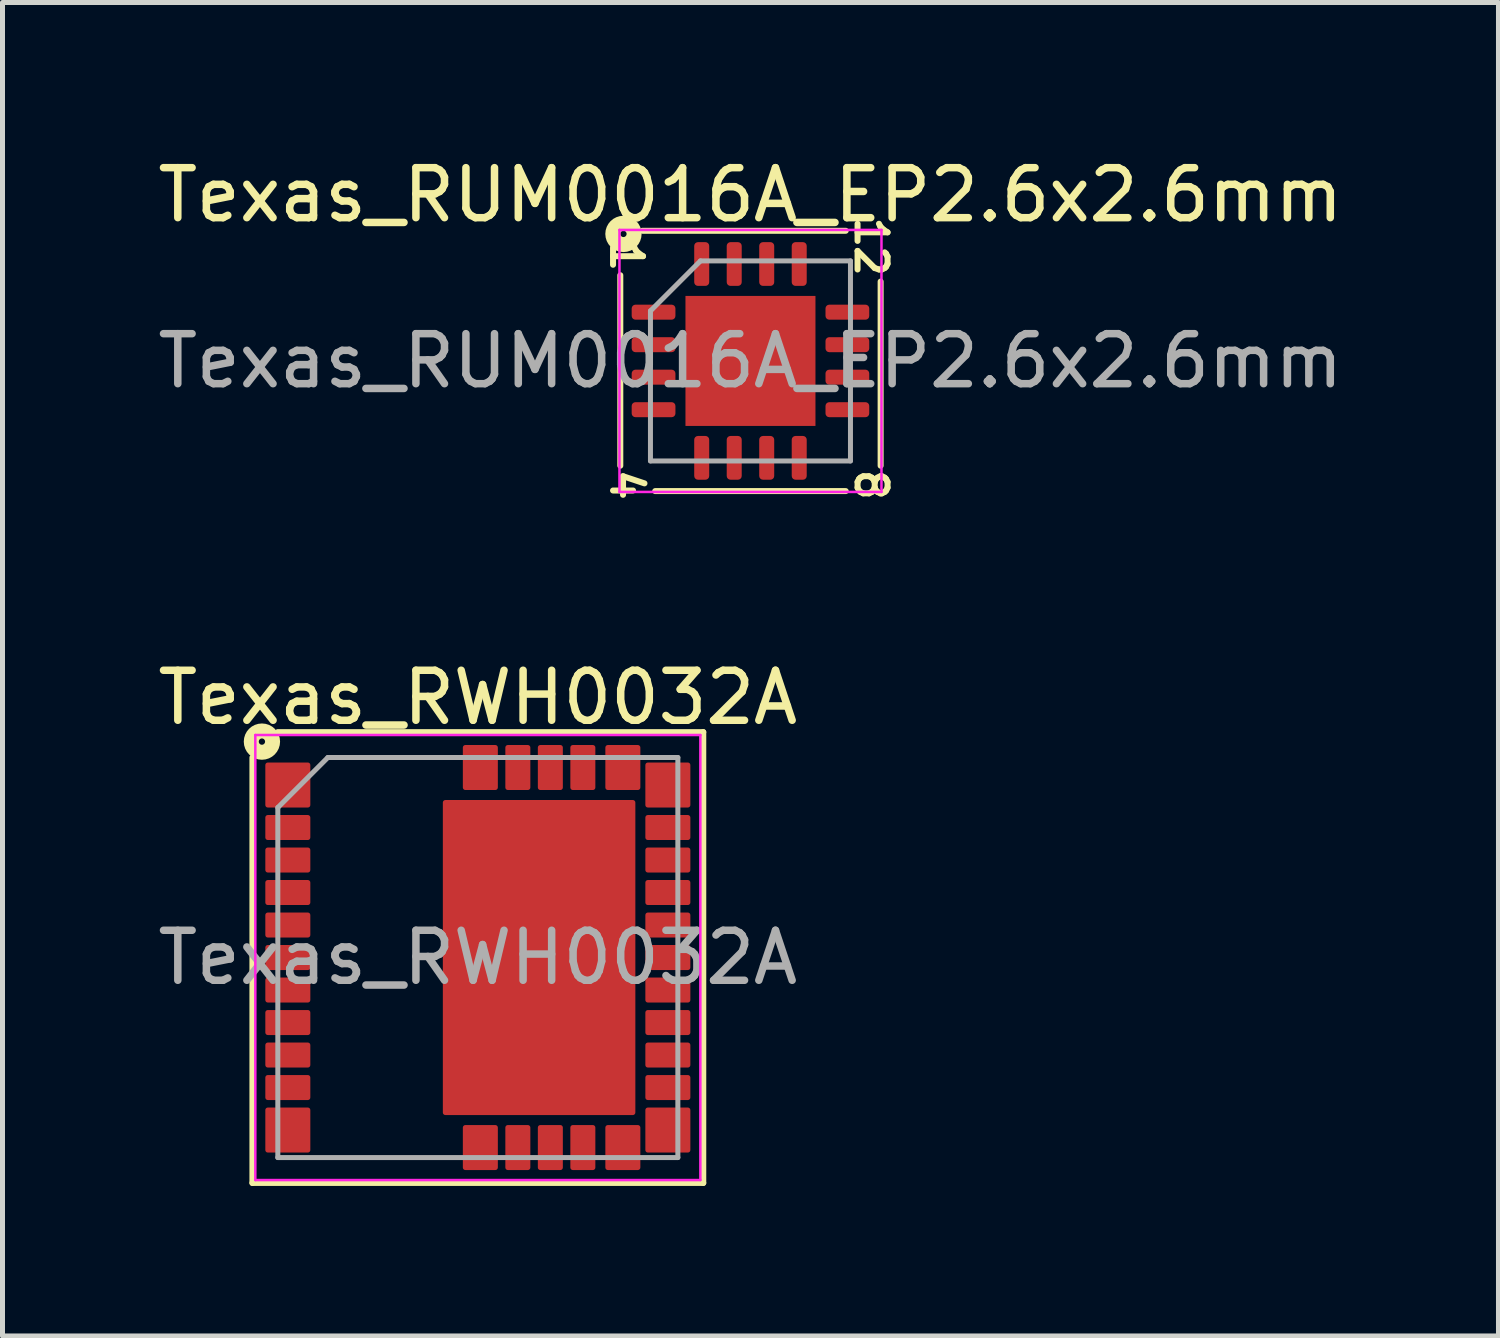
<source format=kicad_pcb>
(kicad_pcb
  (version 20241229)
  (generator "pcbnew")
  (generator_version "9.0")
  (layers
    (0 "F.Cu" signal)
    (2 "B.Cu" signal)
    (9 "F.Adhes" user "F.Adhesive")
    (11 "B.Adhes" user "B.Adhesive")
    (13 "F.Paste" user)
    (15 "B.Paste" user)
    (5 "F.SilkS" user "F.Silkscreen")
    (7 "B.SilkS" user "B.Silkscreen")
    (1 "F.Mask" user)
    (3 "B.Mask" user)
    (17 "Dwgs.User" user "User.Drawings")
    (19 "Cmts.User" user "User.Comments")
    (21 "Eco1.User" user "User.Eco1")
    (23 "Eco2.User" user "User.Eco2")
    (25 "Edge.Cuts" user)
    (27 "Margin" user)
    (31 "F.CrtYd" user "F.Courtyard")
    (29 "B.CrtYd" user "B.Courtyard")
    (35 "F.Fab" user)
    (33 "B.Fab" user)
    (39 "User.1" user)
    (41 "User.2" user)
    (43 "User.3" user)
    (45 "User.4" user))
  (footprint "Texas_RWH0032A"
    (layer "F.Cu")
    (at 6.506 16.099)
    (property "Reference" "Texas_RWH0032A" (at 0 -5.2 0) (layer "F.SilkS") (effects (font (size 1 1) (thickness 0.15))))
    (attr smd)
    (fp_line (start -4.508 -4) (end -4.508 4.508) (stroke (width 0.12) (type solid)) (layer "F.SilkS"))
    (fp_line (start -4.508 4.508) (end 4.508 4.508) (stroke (width 0.12) (type solid)) (layer "F.SilkS"))
    (fp_line (start 4.508 -4.508) (end -4 -4.508) (stroke (width 0.12) (type solid)) (layer "F.SilkS"))
    (fp_line (start 4.508 4.508) (end 4.508 -4.508) (stroke (width 0.12) (type solid)) (layer "F.SilkS"))
    (fp_circle (center -4.318 -4.318) (end -4.255 -4.318) (stroke (width 0.3) (type solid)) (fill no) (layer "F.SilkS"))
    (fp_line (start -4.45 -4.45) (end 4.45 -4.45) (stroke (width 0.05) (type solid)) (layer "F.CrtYd"))
    (fp_line (start -4.45 4.45) (end -4.45 -4.45) (stroke (width 0.05) (type solid)) (layer "F.CrtYd"))
    (fp_line (start 4.45 -4.45) (end 4.45 4.45) (stroke (width 0.05) (type solid)) (layer "F.CrtYd"))
    (fp_line (start 4.45 4.45) (end -4.45 4.45) (stroke (width 0.05) (type solid)) (layer "F.CrtYd"))
    (fp_line (start -4 4) (end -4 -3) (stroke (width 0.1) (type solid)) (layer "F.Fab"))
    (fp_line (start -3 -4) (end -4 -3) (stroke (width 0.1) (type solid)) (layer "F.Fab"))
    (fp_line (start -3 -4) (end 4 -4) (stroke (width 0.1) (type solid)) (layer "F.Fab"))
    (fp_line (start 4 -4) (end 4 4) (stroke (width 0.1) (type solid)) (layer "F.Fab"))
    (fp_line (start 4 4) (end -4 4) (stroke (width 0.1) (type solid)) (layer "F.Fab"))
    (fp_text user "${REFERENCE}" (at 0 0 0) (layer "F.Fab") (effects (font (size 1 1) (thickness 0.15))))
    (pad "" smd roundrect (at -3.8 -2.6) (size 0.76 0.4) (layers "F.Paste") (roundrect_rratio 0.125))
    (pad "" smd roundrect (at -3.8 -1.95) (size 0.76 0.4) (layers "F.Paste") (roundrect_rratio 0.125))
    (pad "" smd roundrect (at -3.8 -1.3) (size 0.76 0.4) (layers "F.Paste") (roundrect_rratio 0.125))
    (pad "" smd roundrect (at -3.8 -0.65) (size 0.76 0.4) (layers "F.Paste") (roundrect_rratio 0.125))
    (pad "" smd roundrect (at -3.8 0) (size 0.76 0.4) (layers "F.Paste") (roundrect_rratio 0.125))
    (pad "" smd roundrect (at -3.8 0.65) (size 0.76 0.4) (layers "F.Paste") (roundrect_rratio 0.125))
    (pad "" smd roundrect (at -3.8 1.3) (size 0.76 0.4) (layers "F.Paste") (roundrect_rratio 0.125))
    (pad "" smd roundrect (at -3.8 1.95) (size 0.76 0.4) (layers "F.Paste") (roundrect_rratio 0.125))
    (pad "" smd roundrect (at -3.8 2.6) (size 0.76 0.4) (layers "F.Paste") (roundrect_rratio 0.125))
    (pad "" smd roundrect (at 0.05 -3.8) (size 0.6 0.76) (layers "F.Paste") (roundrect_rratio 0.084))
    (pad "" smd roundrect (at 0.05 3.8) (size 0.6 0.76) (layers "F.Paste") (roundrect_rratio 0.084))
    (pad "" smd roundrect (at 0.325 -2.38) (size 1.6 0.99) (layers "F.Paste") (roundrect_rratio 0.051))
    (pad "" smd roundrect (at 0.325 -1.19) (size 1.6 0.99) (layers "F.Paste") (roundrect_rratio 0.051))
    (pad "" smd roundrect (at 0.325 0) (size 1.6 0.99) (layers "F.Paste") (roundrect_rratio 0.051))
    (pad "" smd roundrect (at 0.325 1.19) (size 1.6 0.99) (layers "F.Paste") (roundrect_rratio 0.051))
    (pad "" smd roundrect (at 0.325 2.38) (size 1.6 0.99) (layers "F.Paste") (roundrect_rratio 0.051))
    (pad "" smd roundrect (at 0.8 -3.8) (size 0.4 0.76) (layers "F.Paste") (roundrect_rratio 0.125))
    (pad "" smd roundrect (at 0.8 3.8) (size 0.4 0.76) (layers "F.Paste") (roundrect_rratio 0.125))
    (pad "" smd roundrect (at 1.45 -3.8) (size 0.4 0.76) (layers "F.Paste") (roundrect_rratio 0.125))
    (pad "" smd roundrect (at 1.45 3.8) (size 0.4 0.76) (layers "F.Paste") (roundrect_rratio 0.125))
    (pad "" smd roundrect (at 2.1 -3.8) (size 0.4 0.76) (layers "F.Paste") (roundrect_rratio 0.125))
    (pad "" smd roundrect (at 2.1 3.8) (size 0.4 0.76) (layers "F.Paste") (roundrect_rratio 0.125))
    (pad "" smd roundrect (at 2.125 -2.38) (size 1.6 0.99) (layers "F.Paste") (roundrect_rratio 0.051))
    (pad "" smd roundrect (at 2.125 -1.19) (size 1.6 0.99) (layers "F.Paste") (roundrect_rratio 0.051))
    (pad "" smd roundrect (at 2.125 0) (size 1.6 0.99) (layers "F.Paste") (roundrect_rratio 0.051))
    (pad "" smd roundrect (at 2.125 1.19) (size 1.6 0.99) (layers "F.Paste") (roundrect_rratio 0.051))
    (pad "" smd roundrect (at 2.125 2.38) (size 1.6 0.99) (layers "F.Paste") (roundrect_rratio 0.051))
    (pad "" smd roundrect (at 2.9 -3.8) (size 0.6 0.76) (layers "F.Paste") (roundrect_rratio 0.084))
    (pad "" smd roundrect (at 2.9 3.8) (size 0.6 0.76) (layers "F.Paste") (roundrect_rratio 0.084))
    (pad "" smd roundrect (at 3.8 -2.6) (size 0.76 0.4) (layers "F.Paste") (roundrect_rratio 0.125))
    (pad "" smd roundrect (at 3.8 -1.95) (size 0.76 0.4) (layers "F.Paste") (roundrect_rratio 0.125))
    (pad "" smd roundrect (at 3.8 -1.3) (size 0.76 0.4) (layers "F.Paste") (roundrect_rratio 0.125))
    (pad "" smd roundrect (at 3.8 -0.65) (size 0.76 0.4) (layers "F.Paste") (roundrect_rratio 0.125))
    (pad "" smd roundrect (at 3.8 0) (size 0.76 0.4) (layers "F.Paste") (roundrect_rratio 0.125))
    (pad "" smd roundrect (at 3.8 0.65) (size 0.76 0.4) (layers "F.Paste") (roundrect_rratio 0.125))
    (pad "" smd roundrect (at 3.8 1.3) (size 0.76 0.4) (layers "F.Paste") (roundrect_rratio 0.125))
    (pad "" smd roundrect (at 3.8 1.95) (size 0.76 0.4) (layers "F.Paste") (roundrect_rratio 0.125))
    (pad "" smd roundrect (at 3.8 2.6) (size 0.76 0.4) (layers "F.Paste") (roundrect_rratio 0.125))
    (pad "1" smd roundrect (at -3.8 -3.45) (size 0.9 0.9) (layers "F.Cu" "F.Mask" "F.Paste") (roundrect_rratio 0.055))
    (pad "2" smd roundrect (at -3.8 -2.6) (size 0.9 0.5) (layers "F.Cu" "F.Mask") (roundrect_rratio 0.1))
    (pad "3" smd roundrect (at -3.8 -1.95) (size 0.9 0.5) (layers "F.Cu" "F.Mask") (roundrect_rratio 0.1))
    (pad "4" smd roundrect (at -3.8 -1.3) (size 0.9 0.5) (layers "F.Cu" "F.Mask") (roundrect_rratio 0.1))
    (pad "5" smd roundrect (at -3.8 -0.65) (size 0.9 0.5) (layers "F.Cu" "F.Mask") (roundrect_rratio 0.1))
    (pad "6" smd roundrect (at -3.8 0) (size 0.9 0.5) (layers "F.Cu" "F.Mask") (roundrect_rratio 0.1))
    (pad "7" smd roundrect (at -3.8 0.65) (size 0.9 0.5) (layers "F.Cu" "F.Mask") (roundrect_rratio 0.1))
    (pad "8" smd roundrect (at -3.8 1.3) (size 0.9 0.5) (layers "F.Cu" "F.Mask") (roundrect_rratio 0.1))
    (pad "9" smd roundrect (at -3.8 1.95) (size 0.9 0.5) (layers "F.Cu" "F.Mask") (roundrect_rratio 0.1))
    (pad "10" smd roundrect (at -3.8 2.6) (size 0.9 0.5) (layers "F.Cu" "F.Mask") (roundrect_rratio 0.1))
    (pad "11" smd roundrect (at -3.8 3.45) (size 0.9 0.9) (layers "F.Cu" "F.Mask" "F.Paste") (roundrect_rratio 0.055))
    (pad "12" smd roundrect (at 0.05 3.8) (size 0.7 0.9) (layers "F.Cu" "F.Mask") (roundrect_rratio 0.072))
    (pad "13" smd roundrect (at 0.8 3.8) (size 0.5 0.9) (layers "F.Cu" "F.Mask") (roundrect_rratio 0.1))
    (pad "14" smd roundrect (at 1.45 3.8) (size 0.5 0.9) (layers "F.Cu" "F.Mask") (roundrect_rratio 0.1))
    (pad "15" smd roundrect (at 2.1 3.8) (size 0.5 0.9) (layers "F.Cu" "F.Mask") (roundrect_rratio 0.1))
    (pad "16" smd roundrect (at 2.9 3.8) (size 0.7 0.9) (layers "F.Cu" "F.Mask") (roundrect_rratio 0.072))
    (pad "17" smd roundrect (at 3.8 3.45) (size 0.9 0.9) (layers "F.Cu" "F.Mask" "F.Paste") (roundrect_rratio 0.055))
    (pad "18" smd roundrect (at 3.8 2.6) (size 0.9 0.5) (layers "F.Cu" "F.Mask") (roundrect_rratio 0.1))
    (pad "19" smd roundrect (at 3.8 1.95) (size 0.9 0.5) (layers "F.Cu" "F.Mask") (roundrect_rratio 0.1))
    (pad "20" smd roundrect (at 3.8 1.3) (size 0.9 0.5) (layers "F.Cu" "F.Mask") (roundrect_rratio 0.1))
    (pad "21" smd roundrect (at 3.8 0.65) (size 0.9 0.5) (layers "F.Cu" "F.Mask") (roundrect_rratio 0.1))
    (pad "22" smd roundrect (at 3.8 0) (size 0.9 0.5) (layers "F.Cu" "F.Mask") (roundrect_rratio 0.1))
    (pad "23" smd roundrect (at 3.8 -0.65) (size 0.9 0.5) (layers "F.Cu" "F.Mask") (roundrect_rratio 0.1))
    (pad "24" smd roundrect (at 3.8 -1.3) (size 0.9 0.5) (layers "F.Cu" "F.Mask") (roundrect_rratio 0.1))
    (pad "25" smd roundrect (at 3.8 -1.95) (size 0.9 0.5) (layers "F.Cu" "F.Mask") (roundrect_rratio 0.1))
    (pad "26" smd roundrect (at 3.8 -2.6) (size 0.9 0.5) (layers "F.Cu" "F.Mask") (roundrect_rratio 0.1))
    (pad "27" smd roundrect (at 3.8 -3.45) (size 0.9 0.9) (layers "F.Cu" "F.Mask" "F.Paste") (roundrect_rratio 0.055))
    (pad "28" smd roundrect (at 2.9 -3.8) (size 0.7 0.9) (layers "F.Cu" "F.Mask") (roundrect_rratio 0.072))
    (pad "29" smd roundrect (at 2.1 -3.8) (size 0.5 0.9) (layers "F.Cu" "F.Mask") (roundrect_rratio 0.1))
    (pad "30" smd roundrect (at 1.45 -3.8) (size 0.5 0.9) (layers "F.Cu" "F.Mask") (roundrect_rratio 0.1))
    (pad "31" smd roundrect (at 0.8 -3.8) (size 0.5 0.9) (layers "F.Cu" "F.Mask") (roundrect_rratio 0.1))
    (pad "32" smd roundrect (at 0.05 -3.8) (size 0.7 0.9) (layers "F.Cu" "F.Mask") (roundrect_rratio 0.072))
    (pad "33" smd roundrect (at 1.225 0) (size 3.85 6.3) (layers "F.Cu" "F.Mask") (roundrect_rratio 0.013)))
  (footprint "Texas_RUM0016A_EP2.6x2.6mm"
    (layer "F.Cu")
    (at 11.958 4.168)
    (property "Reference" "Texas_RUM0016A_EP2.6x2.6mm" (at 0 -3.32 0) (layer "F.SilkS") (effects (font (size 1 1) (thickness 0.15))))
    (attr smd)
    (fp_line (start -2.603 -1.714) (end -2.603 2.095) (stroke (width 0.12) (type solid)) (layer "F.SilkS"))
    (fp_line (start -1.905 2.603) (end 1.905 2.603) (stroke (width 0.12) (type solid)) (layer "F.SilkS"))
    (fp_line (start 1.905 -2.603) (end -2.159 -2.603) (stroke (width 0.12) (type solid)) (layer "F.SilkS"))
    (fp_line (start 2.603 2.095) (end 2.603 -1.587) (stroke (width 0.12) (type solid)) (layer "F.SilkS"))
    (fp_circle (center -2.54 -2.54) (end -2.477 -2.54) (stroke (width 0.3) (type solid)) (fill no) (layer "F.SilkS"))
    (fp_line (start -2.62 -2.62) (end -2.62 2.62) (stroke (width 0.05) (type solid)) (layer "F.CrtYd"))
    (fp_line (start -2.62 2.62) (end 2.62 2.62) (stroke (width 0.05) (type solid)) (layer "F.CrtYd"))
    (fp_line (start 2.62 -2.62) (end -2.62 -2.62) (stroke (width 0.05) (type solid)) (layer "F.CrtYd"))
    (fp_line (start 2.62 2.62) (end 2.62 -2.62) (stroke (width 0.05) (type solid)) (layer "F.CrtYd"))
    (fp_line (start -2 -1) (end -1 -2) (stroke (width 0.1) (type solid)) (layer "F.Fab"))
    (fp_line (start -2 2) (end -2 -1) (stroke (width 0.1) (type solid)) (layer "F.Fab"))
    (fp_line (start -1 -2) (end 2 -2) (stroke (width 0.1) (type solid)) (layer "F.Fab"))
    (fp_line (start 2 -2) (end 2 2) (stroke (width 0.1) (type solid)) (layer "F.Fab"))
    (fp_line (start 2 2) (end -2 2) (stroke (width 0.1) (type solid)) (layer "F.Fab"))
    (fp_text user "4" (at -2.477 2.477 270) (unlocked yes) (layer "F.SilkS") (effects (font (size 0.6 0.6) (thickness 0.12))))
    (fp_text user "8" (at 2.413 2.477 270) (unlocked yes) (layer "F.SilkS") (effects (font (size 0.6 0.6) (thickness 0.12))))
    (fp_text user "1" (at -2.477 -2.095 270) (unlocked yes) (layer "F.SilkS") (effects (font (size 0.6 0.6) (thickness 0.12))))
    (fp_text user "12" (at 2.413 -2.286 270) (unlocked yes) (layer "F.SilkS") (effects (font (size 0.6 0.6) (thickness 0.12))))
    (fp_text user "${REFERENCE}" (at 0 0 0) (layer "F.Fab") (effects (font (size 1 1) (thickness 0.15))))
    (pad "" smd roundrect (at -0.65 -0.65) (size 1.05 1.05) (layers "F.Paste") (roundrect_rratio 0.238))
    (pad "" smd roundrect (at -0.65 0.65) (size 1.05 1.05) (layers "F.Paste") (roundrect_rratio 0.238))
    (pad "" smd roundrect (at 0.65 -0.65) (size 1.05 1.05) (layers "F.Paste") (roundrect_rratio 0.238))
    (pad "" smd roundrect (at 0.65 0.65) (size 1.05 1.05) (layers "F.Paste") (roundrect_rratio 0.238))
    (pad "1" smd roundrect (at -1.938 -0.975) (size 0.875 0.3) (layers "F.Cu" "F.Mask" "F.Paste") (roundrect_rratio 0.25))
    (pad "2" smd roundrect (at -1.938 -0.325) (size 0.875 0.3) (layers "F.Cu" "F.Mask" "F.Paste") (roundrect_rratio 0.25))
    (pad "3" smd roundrect (at -1.938 0.325) (size 0.875 0.3) (layers "F.Cu" "F.Mask" "F.Paste") (roundrect_rratio 0.25))
    (pad "4" smd roundrect (at -1.938 0.975) (size 0.875 0.3) (layers "F.Cu" "F.Mask" "F.Paste") (roundrect_rratio 0.25))
    (pad "5" smd roundrect (at -0.975 1.938) (size 0.3 0.875) (layers "F.Cu" "F.Mask" "F.Paste") (roundrect_rratio 0.25))
    (pad "6" smd roundrect (at -0.325 1.938) (size 0.3 0.875) (layers "F.Cu" "F.Mask" "F.Paste") (roundrect_rratio 0.25))
    (pad "7" smd roundrect (at 0.325 1.938) (size 0.3 0.875) (layers "F.Cu" "F.Mask" "F.Paste") (roundrect_rratio 0.25))
    (pad "8" smd roundrect (at 0.975 1.938) (size 0.3 0.875) (layers "F.Cu" "F.Mask" "F.Paste") (roundrect_rratio 0.25))
    (pad "9" smd roundrect (at 1.938 0.975) (size 0.875 0.3) (layers "F.Cu" "F.Mask" "F.Paste") (roundrect_rratio 0.25))
    (pad "10" smd roundrect (at 1.938 0.325) (size 0.875 0.3) (layers "F.Cu" "F.Mask" "F.Paste") (roundrect_rratio 0.25))
    (pad "11" smd roundrect (at 1.938 -0.325) (size 0.875 0.3) (layers "F.Cu" "F.Mask" "F.Paste") (roundrect_rratio 0.25))
    (pad "12" smd roundrect (at 1.938 -0.975) (size 0.875 0.3) (layers "F.Cu" "F.Mask" "F.Paste") (roundrect_rratio 0.25))
    (pad "13" smd roundrect (at 0.975 -1.938) (size 0.3 0.875) (layers "F.Cu" "F.Mask" "F.Paste") (roundrect_rratio 0.25))
    (pad "14" smd roundrect (at 0.325 -1.938) (size 0.3 0.875) (layers "F.Cu" "F.Mask" "F.Paste") (roundrect_rratio 0.25))
    (pad "15" smd roundrect (at -0.325 -1.938) (size 0.3 0.875) (layers "F.Cu" "F.Mask" "F.Paste") (roundrect_rratio 0.25))
    (pad "16" smd roundrect (at -0.975 -1.938) (size 0.3 0.875) (layers "F.Cu" "F.Mask" "F.Paste") (roundrect_rratio 0.25))
    (pad "17" smd rect (at 0 0) (size 2.6 2.6) (layers "F.Cu" "F.Mask")))
  (gr_rect
    (start -3 -3)
    (end 26.917 23.667)
    (stroke (width 0.1) (type default))
    (fill no)
    (layer "Edge.Cuts")))
</source>
